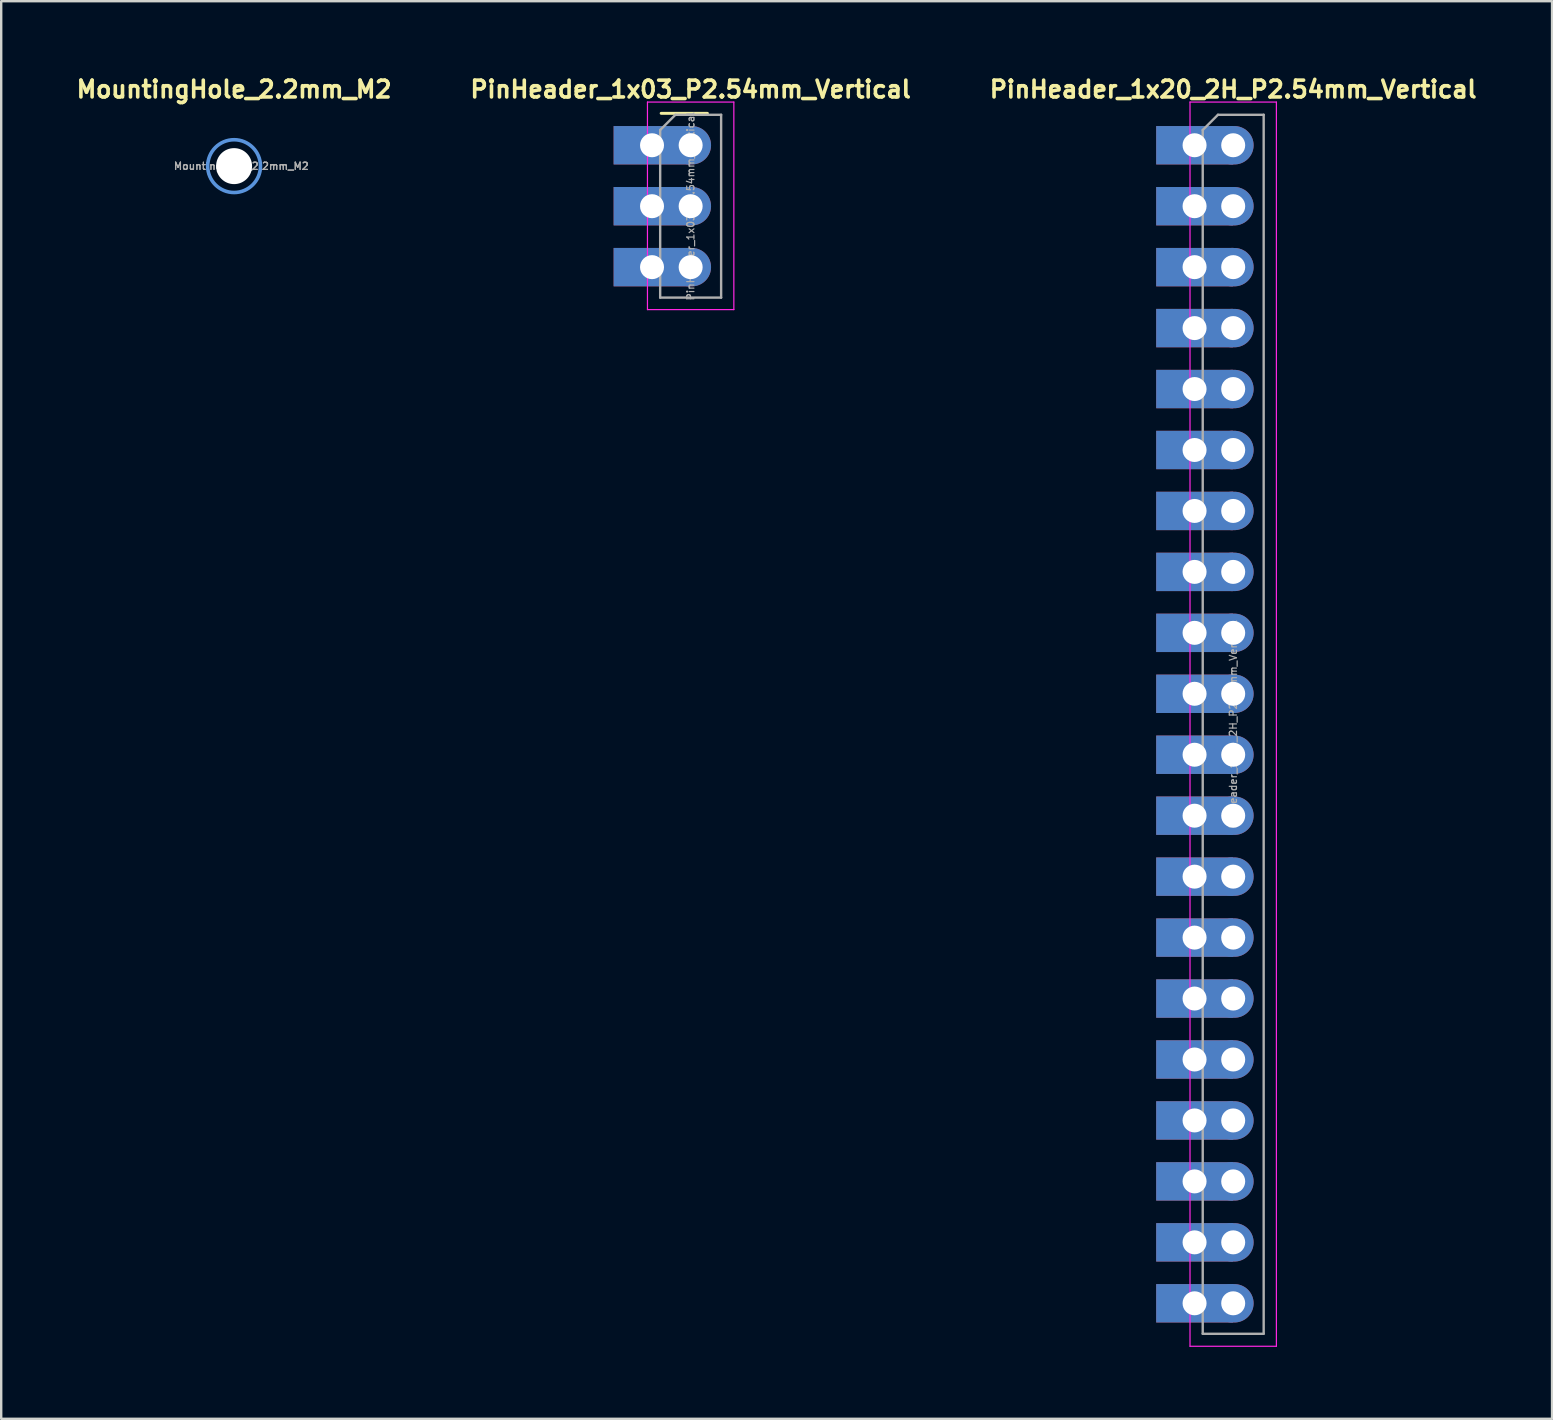
<source format=kicad_pcb>
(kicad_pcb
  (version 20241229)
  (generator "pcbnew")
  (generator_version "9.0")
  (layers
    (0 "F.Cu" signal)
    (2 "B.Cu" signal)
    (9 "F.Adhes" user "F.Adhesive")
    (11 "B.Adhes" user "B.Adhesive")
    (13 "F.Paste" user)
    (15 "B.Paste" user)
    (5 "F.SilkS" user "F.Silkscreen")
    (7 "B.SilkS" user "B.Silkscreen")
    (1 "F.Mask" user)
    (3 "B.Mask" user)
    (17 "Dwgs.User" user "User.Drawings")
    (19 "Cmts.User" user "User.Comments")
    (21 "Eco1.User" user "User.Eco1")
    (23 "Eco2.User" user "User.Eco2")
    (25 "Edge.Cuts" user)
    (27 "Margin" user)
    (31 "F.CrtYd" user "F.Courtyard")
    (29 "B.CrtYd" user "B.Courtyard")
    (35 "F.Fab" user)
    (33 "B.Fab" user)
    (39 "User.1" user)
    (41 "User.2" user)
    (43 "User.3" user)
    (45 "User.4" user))
  (footprint "PinHeader_1x20_2H_P2.54mm_Vertical"
    (layer "F.Cu")
    (at 48.342 3.003)
    (property "Reference" "PinHeader_1x20_2H_P2.54mm_Vertical" (at 0 -2.33 0) (layer "F.SilkS") (effects (font (size 0.7 0.7) (thickness 0.15))))
    (attr through_hole)
    (fp_line (start -1.8 -1.8) (end -1.8 50.05) (stroke (width 0.05) (type solid)) (layer "F.CrtYd"))
    (fp_line (start -1.8 50.05) (end 1.8 50.05) (stroke (width 0.05) (type solid)) (layer "F.CrtYd"))
    (fp_line (start 1.8 -1.8) (end -1.8 -1.8) (stroke (width 0.05) (type solid)) (layer "F.CrtYd"))
    (fp_line (start 1.8 50.05) (end 1.8 -1.8) (stroke (width 0.05) (type solid)) (layer "F.CrtYd"))
    (fp_line (start -1.27 -0.635) (end -0.635 -1.27) (stroke (width 0.1) (type solid)) (layer "F.Fab"))
    (fp_line (start -1.27 49.53) (end -1.27 -0.635) (stroke (width 0.1) (type solid)) (layer "F.Fab"))
    (fp_line (start -0.635 -1.27) (end 1.27 -1.27) (stroke (width 0.1) (type solid)) (layer "F.Fab"))
    (fp_line (start 1.27 -1.27) (end 1.27 49.53) (stroke (width 0.1) (type solid)) (layer "F.Fab"))
    (fp_line (start 1.27 49.53) (end -1.27 49.53) (stroke (width 0.1) (type solid)) (layer "F.Fab"))
    (fp_text user "${REFERENCE}" (at 0 24.13 90) (layer "F.Fab") (effects (font (size 0.3 0.3) (thickness 0.05))))
    (pad "1" thru_hole rect (at -1.61 0 180) (size 3.2 1.6) (drill 1) (layers "*.Cu" "*.Mask"))
    (pad "1" thru_hole oval (at 0 0 180) (size 1.7 1.6) (drill 1) (layers "*.Cu" "*.Mask"))
    (pad "2" thru_hole rect (at -1.61 2.54 180) (size 3.2 1.6) (drill 1) (layers "*.Cu" "*.Mask"))
    (pad "2" thru_hole oval (at 0 2.54 180) (size 1.7 1.6) (drill 1) (layers "*.Cu" "*.Mask"))
    (pad "3" thru_hole rect (at -1.61 5.08 180) (size 3.2 1.6) (drill 1) (layers "*.Cu" "*.Mask"))
    (pad "3" thru_hole oval (at 0 5.08 180) (size 1.7 1.6) (drill 1) (layers "*.Cu" "*.Mask"))
    (pad "4" thru_hole rect (at -1.61 7.62 180) (size 3.2 1.6) (drill 1) (layers "*.Cu" "*.Mask"))
    (pad "4" thru_hole oval (at 0 7.62 180) (size 1.7 1.6) (drill 1) (layers "*.Cu" "*.Mask"))
    (pad "5" thru_hole rect (at -1.61 10.16 180) (size 3.2 1.6) (drill 1) (layers "*.Cu" "*.Mask"))
    (pad "5" thru_hole oval (at 0 10.16 180) (size 1.7 1.6) (drill 1) (layers "*.Cu" "*.Mask"))
    (pad "6" thru_hole rect (at -1.61 12.7 180) (size 3.2 1.6) (drill 1) (layers "*.Cu" "*.Mask"))
    (pad "6" thru_hole oval (at 0 12.7 180) (size 1.7 1.6) (drill 1) (layers "*.Cu" "*.Mask"))
    (pad "7" thru_hole rect (at -1.61 15.24 180) (size 3.2 1.6) (drill 1) (layers "*.Cu" "*.Mask"))
    (pad "7" thru_hole oval (at 0 15.24 180) (size 1.7 1.6) (drill 1) (layers "*.Cu" "*.Mask"))
    (pad "8" thru_hole rect (at -1.61 17.78 180) (size 3.2 1.6) (drill 1) (layers "*.Cu" "*.Mask"))
    (pad "8" thru_hole oval (at 0 17.78 180) (size 1.7 1.6) (drill 1) (layers "*.Cu" "*.Mask"))
    (pad "9" thru_hole rect (at -1.61 20.32 180) (size 3.2 1.6) (drill 1) (layers "*.Cu" "*.Mask"))
    (pad "9" thru_hole oval (at 0 20.32 180) (size 1.7 1.6) (drill 1) (layers "*.Cu" "*.Mask"))
    (pad "10" thru_hole rect (at -1.61 22.86 180) (size 3.2 1.6) (drill 1) (layers "*.Cu" "*.Mask"))
    (pad "10" thru_hole oval (at 0 22.86 180) (size 1.7 1.6) (drill 1) (layers "*.Cu" "*.Mask"))
    (pad "11" thru_hole rect (at -1.61 25.4 180) (size 3.2 1.6) (drill 1) (layers "*.Cu" "*.Mask"))
    (pad "11" thru_hole oval (at 0 25.4 180) (size 1.7 1.6) (drill 1) (layers "*.Cu" "*.Mask"))
    (pad "12" thru_hole rect (at -1.61 27.94 180) (size 3.2 1.6) (drill 1) (layers "*.Cu" "*.Mask"))
    (pad "12" thru_hole oval (at 0 27.94 180) (size 1.7 1.6) (drill 1) (layers "*.Cu" "*.Mask"))
    (pad "13" thru_hole rect (at -1.61 30.48 180) (size 3.2 1.6) (drill 1) (layers "*.Cu" "*.Mask"))
    (pad "13" thru_hole oval (at 0 30.48 180) (size 1.7 1.6) (drill 1) (layers "*.Cu" "*.Mask"))
    (pad "14" thru_hole rect (at -1.61 33.02 180) (size 3.2 1.6) (drill 1) (layers "*.Cu" "*.Mask"))
    (pad "14" thru_hole oval (at 0 33.02 180) (size 1.7 1.6) (drill 1) (layers "*.Cu" "*.Mask"))
    (pad "15" thru_hole rect (at -1.61 35.56 180) (size 3.2 1.6) (drill 1) (layers "*.Cu" "*.Mask"))
    (pad "15" thru_hole oval (at 0 35.56 180) (size 1.7 1.6) (drill 1) (layers "*.Cu" "*.Mask"))
    (pad "16" thru_hole rect (at -1.61 38.1 180) (size 3.2 1.6) (drill 1) (layers "*.Cu" "*.Mask"))
    (pad "16" thru_hole oval (at 0 38.1 180) (size 1.7 1.6) (drill 1) (layers "*.Cu" "*.Mask"))
    (pad "17" thru_hole rect (at -1.61 40.64 180) (size 3.2 1.6) (drill 1) (layers "*.Cu" "*.Mask"))
    (pad "17" thru_hole oval (at 0 40.64 180) (size 1.7 1.6) (drill 1) (layers "*.Cu" "*.Mask"))
    (pad "18" thru_hole rect (at -1.61 43.18 180) (size 3.2 1.6) (drill 1) (layers "*.Cu" "*.Mask"))
    (pad "18" thru_hole oval (at 0 43.18 180) (size 1.7 1.6) (drill 1) (layers "*.Cu" "*.Mask"))
    (pad "19" thru_hole rect (at -1.61 45.72 180) (size 3.2 1.6) (drill 1) (layers "*.Cu" "*.Mask"))
    (pad "19" thru_hole oval (at 0 45.72 180) (size 1.7 1.6) (drill 1) (layers "*.Cu" "*.Mask"))
    (pad "20" thru_hole rect (at -1.61 48.26 180) (size 3.2 1.6) (drill 1) (layers "*.Cu" "*.Mask"))
    (pad "20" thru_hole oval (at 0 48.26 180) (size 1.7 1.6) (drill 1) (layers "*.Cu" "*.Mask")))
  (footprint "PinHeader_1x03_P2.54mm_Vertical"
    (layer "F.Cu")
    (at 25.732 3.003)
    (property "Reference" "PinHeader_1x03_P2.54mm_Vertical" (at 0 -2.33 0) (layer "F.SilkS") (effects (font (size 0.7 0.7) (thickness 0.15))))
    (attr through_hole)
    (fp_line (start -1.23 -1.33) (end 0.7 -1.33) (stroke (width 0.12) (type solid)) (layer "F.SilkS"))
    (fp_line (start -1.8 -1.8) (end -1.8 6.85) (stroke (width 0.05) (type solid)) (layer "F.CrtYd"))
    (fp_line (start -1.8 6.85) (end 1.8 6.85) (stroke (width 0.05) (type solid)) (layer "F.CrtYd"))
    (fp_line (start 1.8 -1.8) (end -1.8 -1.8) (stroke (width 0.05) (type solid)) (layer "F.CrtYd"))
    (fp_line (start 1.8 6.85) (end 1.8 -1.8) (stroke (width 0.05) (type solid)) (layer "F.CrtYd"))
    (fp_line (start -1.27 -0.635) (end -0.635 -1.27) (stroke (width 0.1) (type solid)) (layer "F.Fab"))
    (fp_line (start -1.27 6.35) (end -1.27 -0.635) (stroke (width 0.1) (type solid)) (layer "F.Fab"))
    (fp_line (start -0.635 -1.27) (end 1.27 -1.27) (stroke (width 0.1) (type solid)) (layer "F.Fab"))
    (fp_line (start 1.27 -1.27) (end 1.27 6.35) (stroke (width 0.1) (type solid)) (layer "F.Fab"))
    (fp_line (start 1.27 6.35) (end -1.27 6.35) (stroke (width 0.1) (type solid)) (layer "F.Fab"))
    (fp_text user "${REFERENCE}" (at 0 2.54 270) (layer "F.Fab") (effects (font (size 0.3 0.3) (thickness 0.05))))
    (pad "1" thru_hole rect (at -1.61 0) (size 3.2 1.6) (drill 1) (layers "*.Cu" "*.Mask"))
    (pad "1" thru_hole oval (at 0 0) (size 1.7 1.6) (drill 1) (layers "*.Cu" "*.Mask"))
    (pad "2" thru_hole rect (at -1.61 2.54) (size 3.2 1.6) (drill 1) (layers "*.Cu" "*.Mask"))
    (pad "2" thru_hole oval (at 0 2.54) (size 1.7 1.6) (drill 1) (layers "*.Cu" "*.Mask"))
    (pad "3" thru_hole rect (at -1.61 5.08) (size 3.2 1.6) (drill 1) (layers "*.Cu" "*.Mask"))
    (pad "3" thru_hole oval (at 0 5.08) (size 1.7 1.6) (drill 1) (layers "*.Cu" "*.Mask")))
  (footprint "MountingHole_2.2mm_M2"
    (layer "F.Cu")
    (at 6.705 3.873)
    (property "Reference" "MountingHole_2.2mm_M2" (at 0 -3.2 0) (layer "F.SilkS") (effects (font (size 0.7 0.7) (thickness 0.15))))
    (attr exclude_from_pos_files)
    (fp_circle (center 0 0) (end 1.1 0) (stroke (width 0.15) (type solid)) (fill no) (layer "Cmts.User"))
    (fp_circle (center 0 0) (end 1.1 0.2) (stroke (width 0.05) (type solid)) (fill no) (layer "F.CrtYd"))
    (fp_text user "${REFERENCE}" (at 0.3 0 0) (layer "F.Fab") (effects (font (size 0.3 0.3) (thickness 0.05))))
    (fp_text user "${REFERENCE}" (at 0.3 0 0) (layer "F.Fab") (effects (font (size 0.3 0.3) (thickness 0.05))))
    (pad "" np_thru_hole circle (at 0 0) (size 1.5 1.5) (drill 1.5) (layers "*.Cu" "*.Mask")))
  (gr_rect
    (start -3 -3)
    (end 61.63 56.078)
    (stroke (width 0.1) (type default))
    (fill no)
    (layer "Edge.Cuts")))
</source>
